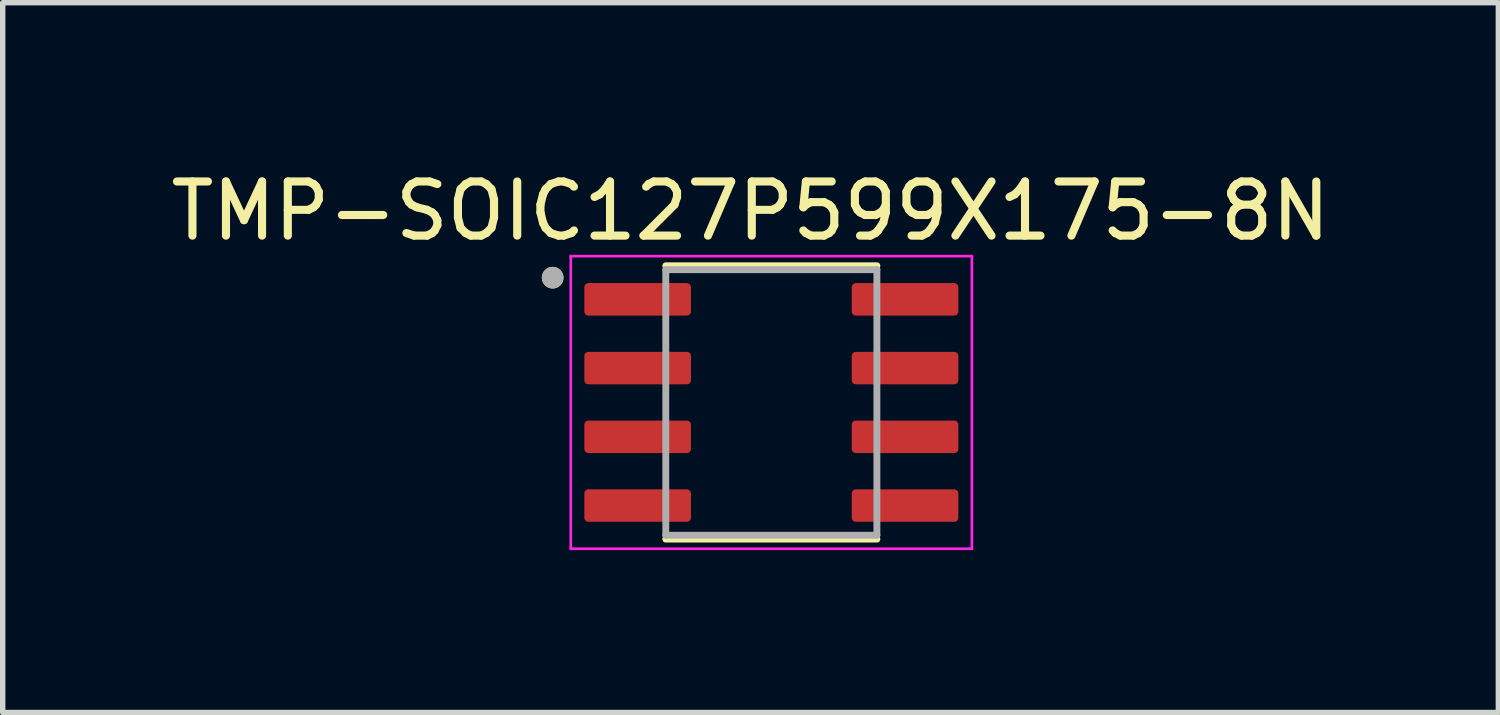
<source format=kicad_pcb>
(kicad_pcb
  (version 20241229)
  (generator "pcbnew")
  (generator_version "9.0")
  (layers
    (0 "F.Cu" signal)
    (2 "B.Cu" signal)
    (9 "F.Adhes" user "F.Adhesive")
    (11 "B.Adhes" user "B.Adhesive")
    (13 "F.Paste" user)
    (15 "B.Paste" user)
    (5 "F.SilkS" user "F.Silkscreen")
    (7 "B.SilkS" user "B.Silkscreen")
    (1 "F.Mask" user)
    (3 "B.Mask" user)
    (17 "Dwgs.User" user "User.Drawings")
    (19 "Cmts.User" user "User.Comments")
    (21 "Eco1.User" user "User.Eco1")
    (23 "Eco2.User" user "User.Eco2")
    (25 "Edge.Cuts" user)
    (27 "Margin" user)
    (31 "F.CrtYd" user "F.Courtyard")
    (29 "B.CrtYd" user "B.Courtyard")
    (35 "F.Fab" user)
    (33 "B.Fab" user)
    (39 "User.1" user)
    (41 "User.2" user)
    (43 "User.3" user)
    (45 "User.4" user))
  (footprint "TMP-SOIC127P599X175-8N"
    (layer "F.Cu")
    (at 11.2 4.385)
    (property "Reference" "TMP-SOIC127P599X175-8N" (at -0.385 -3.537 0) (layer "F.SilkS") (effects (font (size 1 1) (thickness 0.15))))
    (attr smd)
    (fp_line (start -1.95 -2.525) (end 1.95 -2.525) (stroke (width 0.127) (type solid)) (layer "F.SilkS"))
    (fp_line (start -1.95 2.525) (end 1.95 2.525) (stroke (width 0.127) (type solid)) (layer "F.SilkS"))
    (fp_circle (center -4.04 -2.305) (end -3.94 -2.305) (stroke (width 0.2) (type solid)) (fill no) (layer "F.SilkS"))
    (fp_line (start -3.705 -2.703) (end -3.705 2.703) (stroke (width 0.05) (type solid)) (layer "F.CrtYd"))
    (fp_line (start -3.705 -2.703) (end 3.705 -2.703) (stroke (width 0.05) (type solid)) (layer "F.CrtYd"))
    (fp_line (start -3.705 2.703) (end 3.705 2.703) (stroke (width 0.05) (type solid)) (layer "F.CrtYd"))
    (fp_line (start 3.705 -2.703) (end 3.705 2.703) (stroke (width 0.05) (type solid)) (layer "F.CrtYd"))
    (fp_line (start -1.95 -2.453) (end -1.95 2.453) (stroke (width 0.127) (type solid)) (layer "F.Fab"))
    (fp_line (start -1.95 -2.453) (end 1.95 -2.453) (stroke (width 0.127) (type solid)) (layer "F.Fab"))
    (fp_line (start -1.95 2.453) (end 1.95 2.453) (stroke (width 0.127) (type solid)) (layer "F.Fab"))
    (fp_line (start 1.95 -2.453) (end 1.95 2.453) (stroke (width 0.127) (type solid)) (layer "F.Fab"))
    (fp_circle (center -4.04 -2.305) (end -3.94 -2.305) (stroke (width 0.2) (type solid)) (fill no) (layer "F.Fab"))
    (pad "1" smd roundrect (at -2.47 -1.905) (size 1.97 0.6) (layers "F.Cu" "F.Mask" "F.Paste") (roundrect_rratio 0.125))
    (pad "2" smd roundrect (at -2.47 -0.635) (size 1.97 0.6) (layers "F.Cu" "F.Mask" "F.Paste") (roundrect_rratio 0.125))
    (pad "3" smd roundrect (at -2.47 0.635) (size 1.97 0.6) (layers "F.Cu" "F.Mask" "F.Paste") (roundrect_rratio 0.125))
    (pad "4" smd roundrect (at -2.47 1.905) (size 1.97 0.6) (layers "F.Cu" "F.Mask" "F.Paste") (roundrect_rratio 0.125))
    (pad "5" smd roundrect (at 2.47 1.905) (size 1.97 0.6) (layers "F.Cu" "F.Mask" "F.Paste") (roundrect_rratio 0.125))
    (pad "6" smd roundrect (at 2.47 0.635) (size 1.97 0.6) (layers "F.Cu" "F.Mask" "F.Paste") (roundrect_rratio 0.125))
    (pad "7" smd roundrect (at 2.47 -0.635) (size 1.97 0.6) (layers "F.Cu" "F.Mask" "F.Paste") (roundrect_rratio 0.125))
    (pad "8" smd roundrect (at 2.47 -1.905) (size 1.97 0.6) (layers "F.Cu" "F.Mask" "F.Paste") (roundrect_rratio 0.125)))
  (gr_rect
    (start -3 -3)
    (end 24.631 10.113)
    (stroke (width 0.1) (type default))
    (fill no)
    (layer "Edge.Cuts")))
</source>
